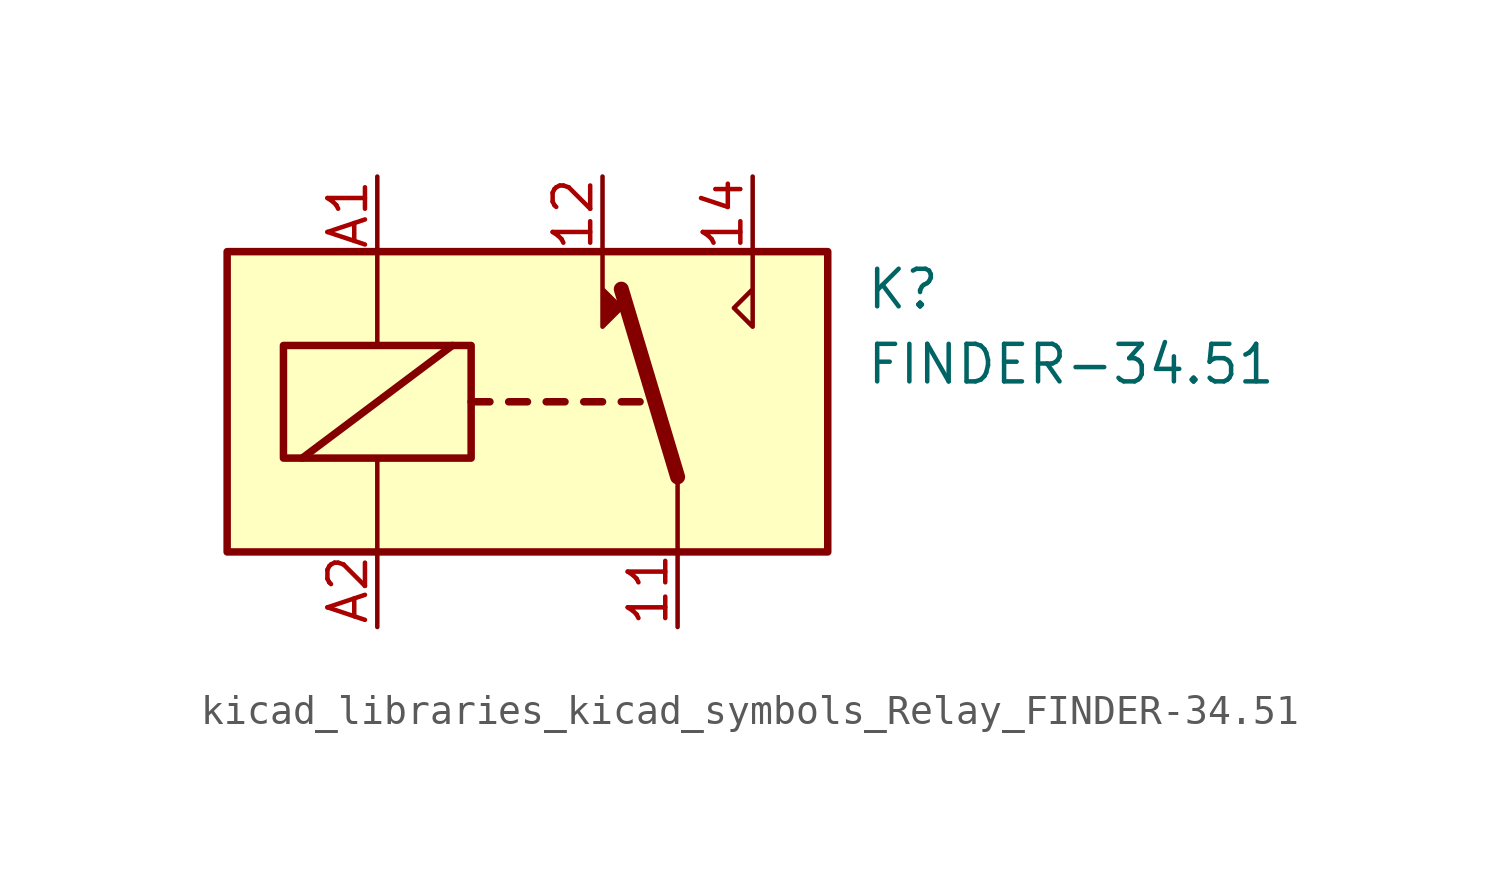
<source format=kicad_sym>
(kicad_symbol_lib
  (version 20220914)
  (generator kicad_symbol_editor)
  (symbol "kicad_libraries_kicad_symbols_Relay_FINDER-34.51"
    (property "Reference" "K"
      (at 11.43 3.81 0)
      (effects (font (size 1.27 1.27)) (justify left)))
    (property "Value" "FINDER-34.51"
      (at 11.43 1.27 0)
      (effects (font (size 1.27 1.27)) (justify left)))
    (symbol "kicad_libraries_kicad_symbols_Relay_FINDER-34.51_0_0"
      (polyline (pts (xy 7.62 5.08) (xy 7.62 2.54) (xy 6.985 3.175) (xy 7.62 3.81)) (stroke (width 0) (type default)) (fill (type none))))
    (symbol "kicad_libraries_kicad_symbols_Relay_FINDER-34.51_0_1"
      (rectangle (start -10.16 5.08) (end 10.16 -5.08) (stroke (width 0.254) (type default)) (fill (type background)))
      (rectangle (start -8.255 1.905) (end -1.905 -1.905) (stroke (width 0.254) (type default)) (fill (type none)))
      (polyline (pts (xy -7.62 -1.905) (xy -2.54 1.905)) (stroke (width 0.254) (type default)) (fill (type none)))
      (polyline (pts (xy -5.08 -5.08) (xy -5.08 -1.905)) (stroke (width 0) (type default)) (fill (type none)))
      (polyline (pts (xy -5.08 5.08) (xy -5.08 1.905)) (stroke (width 0) (type default)) (fill (type none)))
      (polyline (pts (xy -1.905 0) (xy -1.27 0)) (stroke (width 0.254) (type default)) (fill (type none)))
      (polyline (pts (xy -0.635 0) (xy 0 0)) (stroke (width 0.254) (type default)) (fill (type none)))
      (polyline (pts (xy 0.635 0) (xy 1.27 0)) (stroke (width 0.254) (type default)) (fill (type none)))
      (polyline (pts (xy 1.905 0) (xy 2.54 0)) (stroke (width 0.254) (type default)) (fill (type none)))
      (polyline (pts (xy 3.175 0) (xy 3.81 0)) (stroke (width 0.254) (type default)) (fill (type none)))
      (polyline (pts (xy 5.08 -2.54) (xy 3.175 3.81)) (stroke (width 0.508) (type default)) (fill (type none)))
      (polyline (pts (xy 5.08 -2.54) (xy 5.08 -5.08)) (stroke (width 0) (type default)) (fill (type none)))
      (polyline (pts (xy 2.54 5.08) (xy 2.54 2.54) (xy 3.175 3.175) (xy 2.54 3.81)) (stroke (width 0) (type default)) (fill (type outline))))
    (symbol "kicad_libraries_kicad_symbols_Relay_FINDER-34.51_1_1"
      (pin passive line (at 5.08 -7.62 90) (length 2.54) (name "~" (effects (font (size 1.27 1.27)))) (number "11" (effects (font (size 1.27 1.27)))))
      (pin passive line (at 2.54 7.62 270) (length 2.54) (name "~" (effects (font (size 1.27 1.27)))) (number "12" (effects (font (size 1.27 1.27)))))
      (pin passive line (at 7.62 7.62 270) (length 2.54) (name "~" (effects (font (size 1.27 1.27)))) (number "14" (effects (font (size 1.27 1.27)))))
      (pin passive line (at -5.08 7.62 270) (length 2.54) (name "~" (effects (font (size 1.27 1.27)))) (number "A1" (effects (font (size 1.27 1.27)))))
      (pin passive line (at -5.08 -7.62 90) (length 2.54) (name "~" (effects (font (size 1.27 1.27)))) (number "A2" (effects (font (size 1.27 1.27))))))))
</source>
